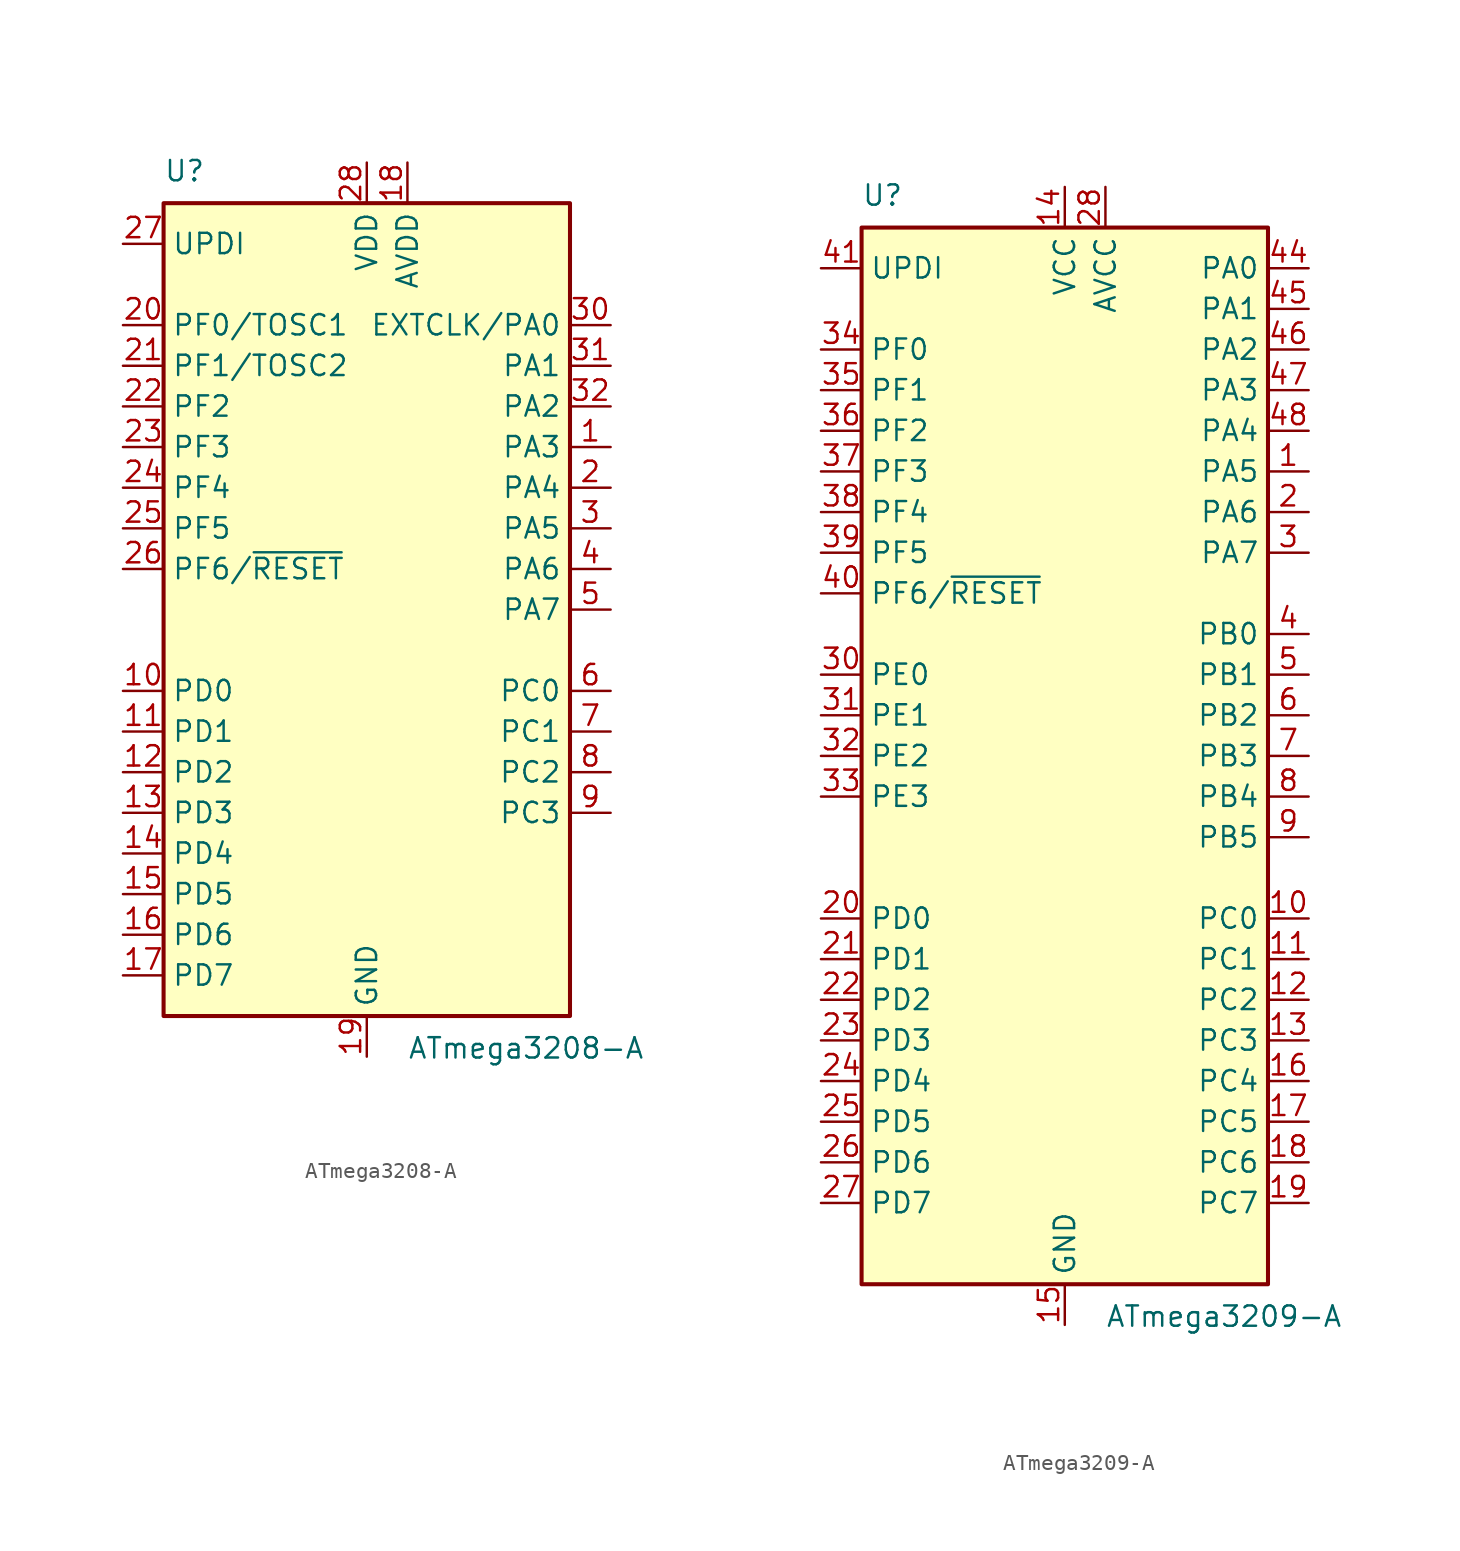
<source format=kicad_sym>
(kicad_symbol_lib
  (version 20231120)
  (generator "kicad_symbol_editor")
  (generator_version "8.0")
  (symbol "ATmega3208-A"
    (property "Reference" "U"
      (at -12.7 26.67 0)
      (effects (font (size 1.27 1.27)) (justify left bottom)))
    (property "Value" "ATmega3208-A"
      (at 2.54 -26.67 0)
      (effects (font (size 1.27 1.27)) (justify left top)))
    (symbol "ATmega3208-A_0_1"
      (rectangle (start -12.7 -25.4) (end 12.7 25.4) (stroke (width 0.254) (type default)) (fill (type background))))
    (symbol "ATmega3208-A_1_1"
      (pin bidirectional line (at 15.24 10.16 180) (length 2.54) (name "PA3" (effects (font (size 1.27 1.27)))) (number "1" (effects (font (size 1.27 1.27)))))
      (pin bidirectional line (at -15.24 -5.08 0) (length 2.54) (name "PD0" (effects (font (size 1.27 1.27)))) (number "10" (effects (font (size 1.27 1.27)))))
      (pin bidirectional line (at -15.24 -7.62 0) (length 2.54) (name "PD1" (effects (font (size 1.27 1.27)))) (number "11" (effects (font (size 1.27 1.27)))))
      (pin bidirectional line (at -15.24 -10.16 0) (length 2.54) (name "PD2" (effects (font (size 1.27 1.27)))) (number "12" (effects (font (size 1.27 1.27)))))
      (pin bidirectional line (at -15.24 -12.7 0) (length 2.54) (name "PD3" (effects (font (size 1.27 1.27)))) (number "13" (effects (font (size 1.27 1.27)))))
      (pin bidirectional line (at -15.24 -15.24 0) (length 2.54) (name "PD4" (effects (font (size 1.27 1.27)))) (number "14" (effects (font (size 1.27 1.27)))))
      (pin bidirectional line (at -15.24 -17.78 0) (length 2.54) (name "PD5" (effects (font (size 1.27 1.27)))) (number "15" (effects (font (size 1.27 1.27)))))
      (pin bidirectional line (at -15.24 -20.32 0) (length 2.54) (name "PD6" (effects (font (size 1.27 1.27)))) (number "16" (effects (font (size 1.27 1.27)))))
      (pin bidirectional line (at -15.24 -22.86 0) (length 2.54) (name "PD7" (effects (font (size 1.27 1.27)))) (number "17" (effects (font (size 1.27 1.27)))))
      (pin power_in line (at 2.54 27.94 270) (length 2.54) (name "AVDD" (effects (font (size 1.27 1.27)))) (number "18" (effects (font (size 1.27 1.27)))))
      (pin power_in line (at 0 -27.94 90) (length 2.54) (name "GND" (effects (font (size 1.27 1.27)))) (number "19" (effects (font (size 1.27 1.27)))))
      (pin bidirectional line (at 15.24 7.62 180) (length 2.54) (name "PA4" (effects (font (size 1.27 1.27)))) (number "2" (effects (font (size 1.27 1.27)))))
      (pin bidirectional line (at -15.24 17.78 0) (length 2.54) (name "PF0/TOSC1" (effects (font (size 1.27 1.27)))) (number "20" (effects (font (size 1.27 1.27)))))
      (pin bidirectional line (at -15.24 15.24 0) (length 2.54) (name "PF1/TOSC2" (effects (font (size 1.27 1.27)))) (number "21" (effects (font (size 1.27 1.27)))))
      (pin bidirectional line (at -15.24 12.7 0) (length 2.54) (name "PF2" (effects (font (size 1.27 1.27)))) (number "22" (effects (font (size 1.27 1.27)))))
      (pin bidirectional line (at -15.24 10.16 0) (length 2.54) (name "PF3" (effects (font (size 1.27 1.27)))) (number "23" (effects (font (size 1.27 1.27)))))
      (pin bidirectional line (at -15.24 7.62 0) (length 2.54) (name "PF4" (effects (font (size 1.27 1.27)))) (number "24" (effects (font (size 1.27 1.27)))))
      (pin bidirectional line (at -15.24 5.08 0) (length 2.54) (name "PF5" (effects (font (size 1.27 1.27)))) (number "25" (effects (font (size 1.27 1.27)))))
      (pin bidirectional line (at -15.24 2.54 0) (length 2.54) (name "PF6/~{RESET}" (effects (font (size 1.27 1.27)))) (number "26" (effects (font (size 1.27 1.27)))))
      (pin bidirectional line (at -15.24 22.86 0) (length 2.54) (name "UPDI" (effects (font (size 1.27 1.27)))) (number "27" (effects (font (size 1.27 1.27)))))
      (pin power_in line (at 0 27.94 270) (length 2.54) (name "VDD" (effects (font (size 1.27 1.27)))) (number "28" (effects (font (size 1.27 1.27)))))
      (pin passive line (at 0 -27.94 90) (length 2.54) hide (name "GND" (effects (font (size 1.27 1.27)))) (number "29" (effects (font (size 1.27 1.27)))))
      (pin bidirectional line (at 15.24 5.08 180) (length 2.54) (name "PA5" (effects (font (size 1.27 1.27)))) (number "3" (effects (font (size 1.27 1.27)))))
      (pin bidirectional line (at 15.24 17.78 180) (length 2.54) (name "EXTCLK/PA0" (effects (font (size 1.27 1.27)))) (number "30" (effects (font (size 1.27 1.27)))))
      (pin bidirectional line (at 15.24 15.24 180) (length 2.54) (name "PA1" (effects (font (size 1.27 1.27)))) (number "31" (effects (font (size 1.27 1.27)))))
      (pin bidirectional line (at 15.24 12.7 180) (length 2.54) (name "PA2" (effects (font (size 1.27 1.27)))) (number "32" (effects (font (size 1.27 1.27)))))
      (pin bidirectional line (at 15.24 2.54 180) (length 2.54) (name "PA6" (effects (font (size 1.27 1.27)))) (number "4" (effects (font (size 1.27 1.27)))))
      (pin bidirectional line (at 15.24 0 180) (length 2.54) (name "PA7" (effects (font (size 1.27 1.27)))) (number "5" (effects (font (size 1.27 1.27)))))
      (pin bidirectional line (at 15.24 -5.08 180) (length 2.54) (name "PC0" (effects (font (size 1.27 1.27)))) (number "6" (effects (font (size 1.27 1.27)))))
      (pin bidirectional line (at 15.24 -7.62 180) (length 2.54) (name "PC1" (effects (font (size 1.27 1.27)))) (number "7" (effects (font (size 1.27 1.27)))))
      (pin bidirectional line (at 15.24 -10.16 180) (length 2.54) (name "PC2" (effects (font (size 1.27 1.27)))) (number "8" (effects (font (size 1.27 1.27)))))
      (pin bidirectional line (at 15.24 -12.7 180) (length 2.54) (name "PC3" (effects (font (size 1.27 1.27)))) (number "9" (effects (font (size 1.27 1.27)))))))
  (symbol "ATmega3209-A"
    (property "Reference" "U"
      (at -12.7 34.29 0)
      (effects (font (size 1.27 1.27)) (justify left bottom)))
    (property "Value" "ATmega3209-A"
      (at 2.54 -34.29 0)
      (effects (font (size 1.27 1.27)) (justify left top)))
    (symbol "ATmega3209-A_0_1"
      (rectangle (start -12.7 -33.02) (end 12.7 33.02) (stroke (width 0.254) (type default)) (fill (type background))))
    (symbol "ATmega3209-A_1_1"
      (pin bidirectional line (at 15.24 17.78 180) (length 2.54) (name "PA5" (effects (font (size 1.27 1.27)))) (number "1" (effects (font (size 1.27 1.27)))))
      (pin bidirectional line (at 15.24 -10.16 180) (length 2.54) (name "PC0" (effects (font (size 1.27 1.27)))) (number "10" (effects (font (size 1.27 1.27)))))
      (pin bidirectional line (at 15.24 -12.7 180) (length 2.54) (name "PC1" (effects (font (size 1.27 1.27)))) (number "11" (effects (font (size 1.27 1.27)))))
      (pin bidirectional line (at 15.24 -15.24 180) (length 2.54) (name "PC2" (effects (font (size 1.27 1.27)))) (number "12" (effects (font (size 1.27 1.27)))))
      (pin bidirectional line (at 15.24 -17.78 180) (length 2.54) (name "PC3" (effects (font (size 1.27 1.27)))) (number "13" (effects (font (size 1.27 1.27)))))
      (pin power_in line (at 0 35.56 270) (length 2.54) (name "VCC" (effects (font (size 1.27 1.27)))) (number "14" (effects (font (size 1.27 1.27)))))
      (pin power_in line (at 0 -35.56 90) (length 2.54) (name "GND" (effects (font (size 1.27 1.27)))) (number "15" (effects (font (size 1.27 1.27)))))
      (pin bidirectional line (at 15.24 -20.32 180) (length 2.54) (name "PC4" (effects (font (size 1.27 1.27)))) (number "16" (effects (font (size 1.27 1.27)))))
      (pin bidirectional line (at 15.24 -22.86 180) (length 2.54) (name "PC5" (effects (font (size 1.27 1.27)))) (number "17" (effects (font (size 1.27 1.27)))))
      (pin bidirectional line (at 15.24 -25.4 180) (length 2.54) (name "PC6" (effects (font (size 1.27 1.27)))) (number "18" (effects (font (size 1.27 1.27)))))
      (pin bidirectional line (at 15.24 -27.94 180) (length 2.54) (name "PC7" (effects (font (size 1.27 1.27)))) (number "19" (effects (font (size 1.27 1.27)))))
      (pin bidirectional line (at 15.24 15.24 180) (length 2.54) (name "PA6" (effects (font (size 1.27 1.27)))) (number "2" (effects (font (size 1.27 1.27)))))
      (pin bidirectional line (at -15.24 -10.16 0) (length 2.54) (name "PD0" (effects (font (size 1.27 1.27)))) (number "20" (effects (font (size 1.27 1.27)))))
      (pin bidirectional line (at -15.24 -12.7 0) (length 2.54) (name "PD1" (effects (font (size 1.27 1.27)))) (number "21" (effects (font (size 1.27 1.27)))))
      (pin bidirectional line (at -15.24 -15.24 0) (length 2.54) (name "PD2" (effects (font (size 1.27 1.27)))) (number "22" (effects (font (size 1.27 1.27)))))
      (pin bidirectional line (at -15.24 -17.78 0) (length 2.54) (name "PD3" (effects (font (size 1.27 1.27)))) (number "23" (effects (font (size 1.27 1.27)))))
      (pin bidirectional line (at -15.24 -20.32 0) (length 2.54) (name "PD4" (effects (font (size 1.27 1.27)))) (number "24" (effects (font (size 1.27 1.27)))))
      (pin bidirectional line (at -15.24 -22.86 0) (length 2.54) (name "PD5" (effects (font (size 1.27 1.27)))) (number "25" (effects (font (size 1.27 1.27)))))
      (pin bidirectional line (at -15.24 -25.4 0) (length 2.54) (name "PD6" (effects (font (size 1.27 1.27)))) (number "26" (effects (font (size 1.27 1.27)))))
      (pin bidirectional line (at -15.24 -27.94 0) (length 2.54) (name "PD7" (effects (font (size 1.27 1.27)))) (number "27" (effects (font (size 1.27 1.27)))))
      (pin power_in line (at 2.54 35.56 270) (length 2.54) (name "AVCC" (effects (font (size 1.27 1.27)))) (number "28" (effects (font (size 1.27 1.27)))))
      (pin passive line (at 0 -35.56 90) (length 2.54) hide (name "GND" (effects (font (size 1.27 1.27)))) (number "29" (effects (font (size 1.27 1.27)))))
      (pin bidirectional line (at 15.24 12.7 180) (length 2.54) (name "PA7" (effects (font (size 1.27 1.27)))) (number "3" (effects (font (size 1.27 1.27)))))
      (pin bidirectional line (at -15.24 5.08 0) (length 2.54) (name "PE0" (effects (font (size 1.27 1.27)))) (number "30" (effects (font (size 1.27 1.27)))))
      (pin bidirectional line (at -15.24 2.54 0) (length 2.54) (name "PE1" (effects (font (size 1.27 1.27)))) (number "31" (effects (font (size 1.27 1.27)))))
      (pin bidirectional line (at -15.24 0 0) (length 2.54) (name "PE2" (effects (font (size 1.27 1.27)))) (number "32" (effects (font (size 1.27 1.27)))))
      (pin bidirectional line (at -15.24 -2.54 0) (length 2.54) (name "PE3" (effects (font (size 1.27 1.27)))) (number "33" (effects (font (size 1.27 1.27)))))
      (pin bidirectional line (at -15.24 25.4 0) (length 2.54) (name "PF0" (effects (font (size 1.27 1.27)))) (number "34" (effects (font (size 1.27 1.27)))))
      (pin bidirectional line (at -15.24 22.86 0) (length 2.54) (name "PF1" (effects (font (size 1.27 1.27)))) (number "35" (effects (font (size 1.27 1.27)))))
      (pin bidirectional line (at -15.24 20.32 0) (length 2.54) (name "PF2" (effects (font (size 1.27 1.27)))) (number "36" (effects (font (size 1.27 1.27)))))
      (pin bidirectional line (at -15.24 17.78 0) (length 2.54) (name "PF3" (effects (font (size 1.27 1.27)))) (number "37" (effects (font (size 1.27 1.27)))))
      (pin bidirectional line (at -15.24 15.24 0) (length 2.54) (name "PF4" (effects (font (size 1.27 1.27)))) (number "38" (effects (font (size 1.27 1.27)))))
      (pin bidirectional line (at -15.24 12.7 0) (length 2.54) (name "PF5" (effects (font (size 1.27 1.27)))) (number "39" (effects (font (size 1.27 1.27)))))
      (pin bidirectional line (at 15.24 7.62 180) (length 2.54) (name "PB0" (effects (font (size 1.27 1.27)))) (number "4" (effects (font (size 1.27 1.27)))))
      (pin bidirectional line (at -15.24 10.16 0) (length 2.54) (name "PF6/~{RESET}" (effects (font (size 1.27 1.27)))) (number "40" (effects (font (size 1.27 1.27)))))
      (pin bidirectional line (at -15.24 30.48 0) (length 2.54) (name "UPDI" (effects (font (size 1.27 1.27)))) (number "41" (effects (font (size 1.27 1.27)))))
      (pin passive line (at 0 35.56 270) (length 2.54) hide (name "VCC" (effects (font (size 1.27 1.27)))) (number "42" (effects (font (size 1.27 1.27)))))
      (pin passive line (at 0 -35.56 90) (length 2.54) hide (name "GND" (effects (font (size 1.27 1.27)))) (number "43" (effects (font (size 1.27 1.27)))))
      (pin bidirectional line (at 15.24 30.48 180) (length 2.54) (name "PA0" (effects (font (size 1.27 1.27)))) (number "44" (effects (font (size 1.27 1.27)))))
      (pin bidirectional line (at 15.24 27.94 180) (length 2.54) (name "PA1" (effects (font (size 1.27 1.27)))) (number "45" (effects (font (size 1.27 1.27)))))
      (pin bidirectional line (at 15.24 25.4 180) (length 2.54) (name "PA2" (effects (font (size 1.27 1.27)))) (number "46" (effects (font (size 1.27 1.27)))))
      (pin bidirectional line (at 15.24 22.86 180) (length 2.54) (name "PA3" (effects (font (size 1.27 1.27)))) (number "47" (effects (font (size 1.27 1.27)))))
      (pin bidirectional line (at 15.24 20.32 180) (length 2.54) (name "PA4" (effects (font (size 1.27 1.27)))) (number "48" (effects (font (size 1.27 1.27)))))
      (pin bidirectional line (at 15.24 5.08 180) (length 2.54) (name "PB1" (effects (font (size 1.27 1.27)))) (number "5" (effects (font (size 1.27 1.27)))))
      (pin bidirectional line (at 15.24 2.54 180) (length 2.54) (name "PB2" (effects (font (size 1.27 1.27)))) (number "6" (effects (font (size 1.27 1.27)))))
      (pin bidirectional line (at 15.24 0 180) (length 2.54) (name "PB3" (effects (font (size 1.27 1.27)))) (number "7" (effects (font (size 1.27 1.27)))))
      (pin bidirectional line (at 15.24 -2.54 180) (length 2.54) (name "PB4" (effects (font (size 1.27 1.27)))) (number "8" (effects (font (size 1.27 1.27)))))
      (pin bidirectional line (at 15.24 -5.08 180) (length 2.54) (name "PB5" (effects (font (size 1.27 1.27)))) (number "9" (effects (font (size 1.27 1.27))))))))
</source>
